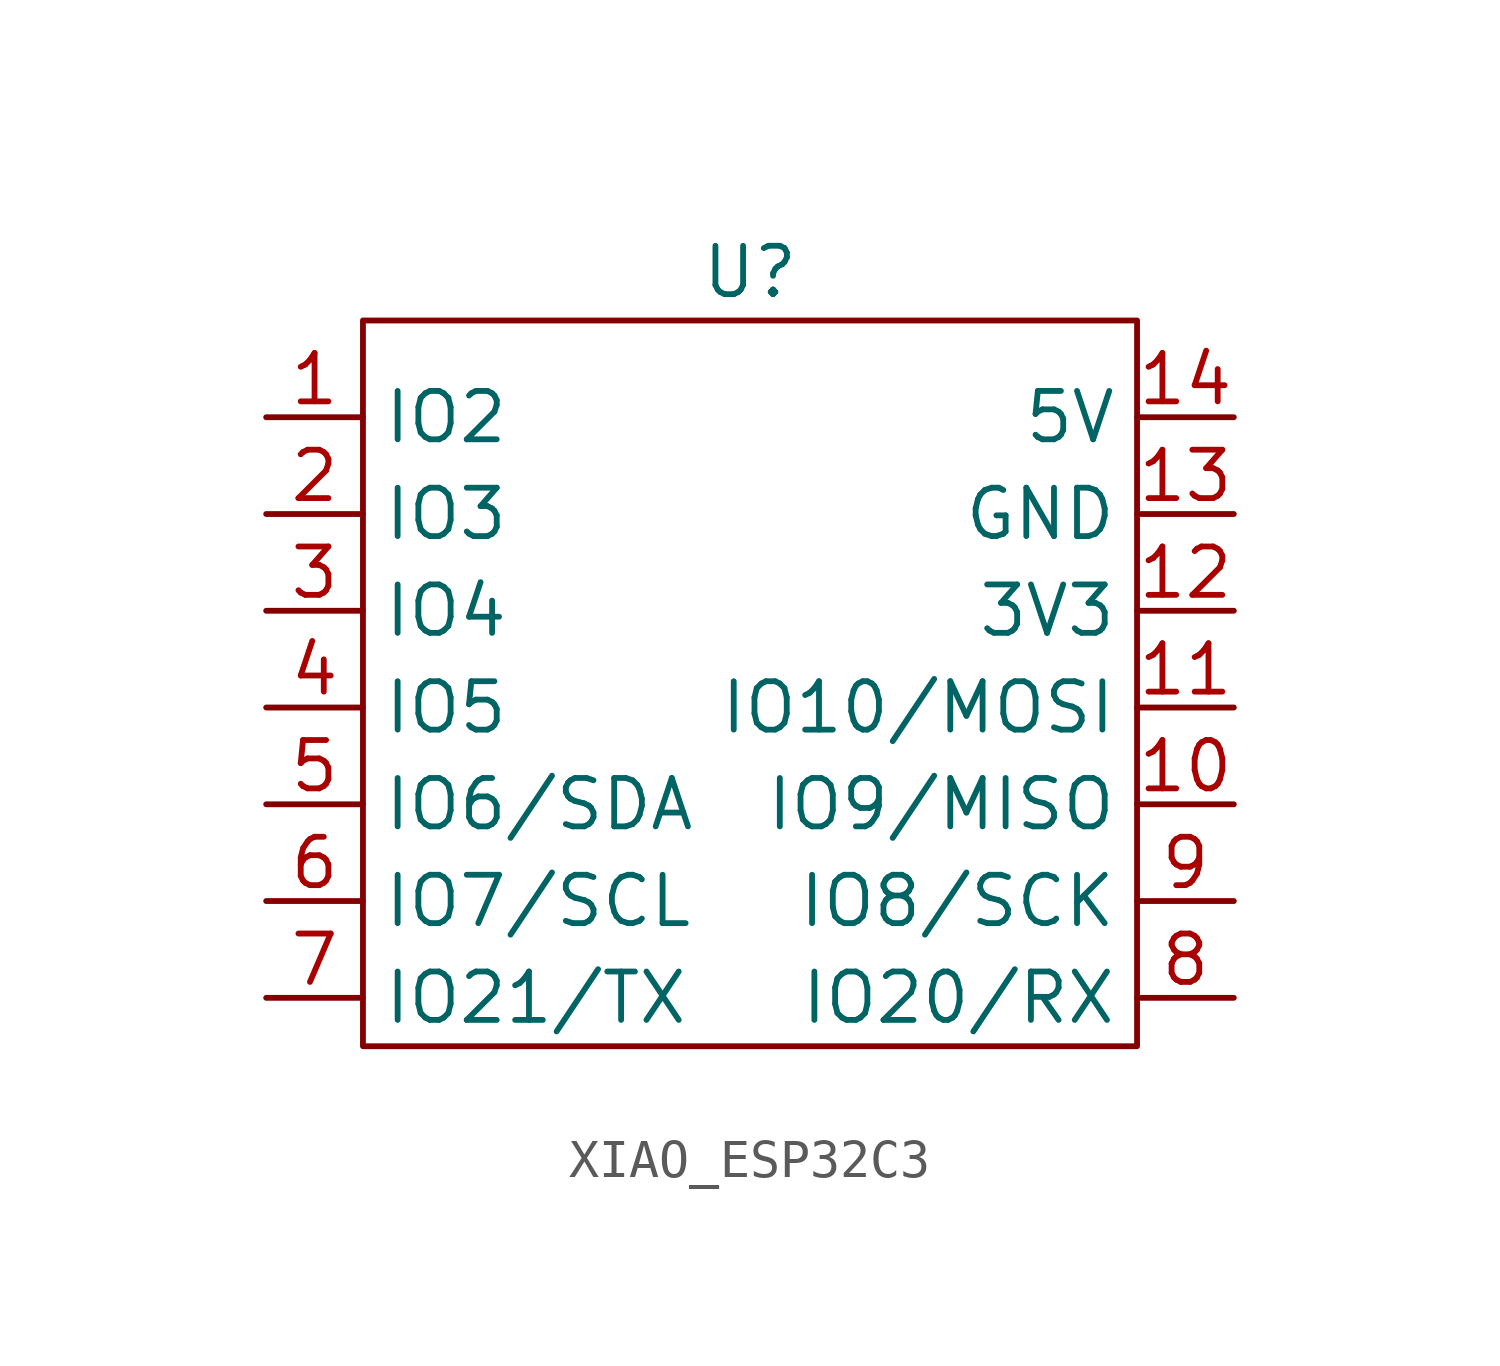
<source format=kicad_sym>
(kicad_symbol_lib
  (version 20220914)
  (generator kicad_symbol_editor)
  (symbol "XIAO_ESP32C3"
    (property "Reference" "U"
      (at 0 11.43 0)
      (effects (font (size 1.27 1.27))))
    (property "Value" ""
      (at 0 0 0)
      (effects (font (size 1.27 1.27))))
    (symbol "XIAO_ESP32C3_0_1"
      (rectangle (start -10.16 10.16) (end 10.16 -8.89) (stroke (width 0) (type default)) (fill (type none))))
    (symbol "XIAO_ESP32C3_1_1"
      (pin passive line (at -12.7 7.62 0) (length 2.54) (name "IO2" (effects (font (size 1.27 1.27)))) (number "1" (effects (font (size 1.27 1.27)))))
      (pin passive line (at 12.7 -2.54 180) (length 2.54) (name "IO9/MISO" (effects (font (size 1.27 1.27)))) (number "10" (effects (font (size 1.27 1.27)))))
      (pin passive line (at 12.7 0 180) (length 2.54) (name "IO10/MOSI" (effects (font (size 1.27 1.27)))) (number "11" (effects (font (size 1.27 1.27)))))
      (pin passive line (at 12.7 2.54 180) (length 2.54) (name "3V3" (effects (font (size 1.27 1.27)))) (number "12" (effects (font (size 1.27 1.27)))))
      (pin passive line (at 12.7 5.08 180) (length 2.54) (name "GND" (effects (font (size 1.27 1.27)))) (number "13" (effects (font (size 1.27 1.27)))))
      (pin passive line (at 12.7 7.62 180) (length 2.54) (name "5V" (effects (font (size 1.27 1.27)))) (number "14" (effects (font (size 1.27 1.27)))))
      (pin passive line (at -12.7 5.08 0) (length 2.54) (name "IO3" (effects (font (size 1.27 1.27)))) (number "2" (effects (font (size 1.27 1.27)))))
      (pin passive line (at -12.7 2.54 0) (length 2.54) (name "IO4" (effects (font (size 1.27 1.27)))) (number "3" (effects (font (size 1.27 1.27)))))
      (pin passive line (at -12.7 0 0) (length 2.54) (name "IO5" (effects (font (size 1.27 1.27)))) (number "4" (effects (font (size 1.27 1.27)))))
      (pin passive line (at -12.7 -2.54 0) (length 2.54) (name "IO6/SDA" (effects (font (size 1.27 1.27)))) (number "5" (effects (font (size 1.27 1.27)))))
      (pin passive line (at -12.7 -5.08 0) (length 2.54) (name "IO7/SCL" (effects (font (size 1.27 1.27)))) (number "6" (effects (font (size 1.27 1.27)))))
      (pin passive line (at -12.7 -7.62 0) (length 2.54) (name "IO21/TX" (effects (font (size 1.27 1.27)))) (number "7" (effects (font (size 1.27 1.27)))))
      (pin passive line (at 12.7 -7.62 180) (length 2.54) (name "IO20/RX" (effects (font (size 1.27 1.27)))) (number "8" (effects (font (size 1.27 1.27)))))
      (pin passive line (at 12.7 -5.08 180) (length 2.54) (name "IO8/SCK" (effects (font (size 1.27 1.27)))) (number "9" (effects (font (size 1.27 1.27))))))))
</source>
